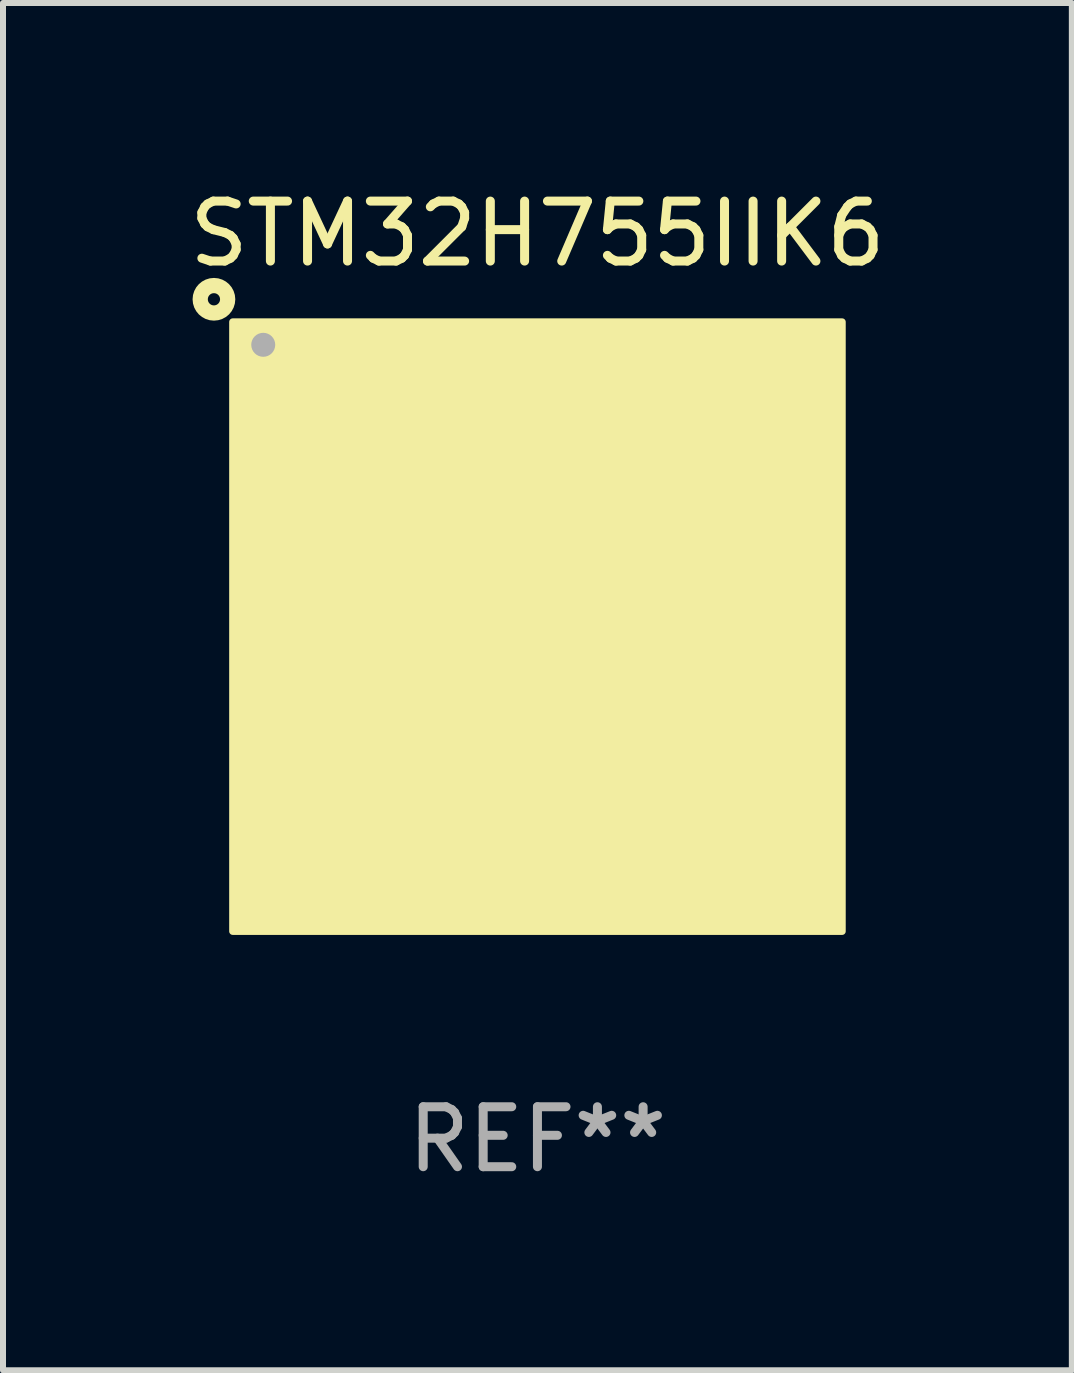
<source format=kicad_pcb>
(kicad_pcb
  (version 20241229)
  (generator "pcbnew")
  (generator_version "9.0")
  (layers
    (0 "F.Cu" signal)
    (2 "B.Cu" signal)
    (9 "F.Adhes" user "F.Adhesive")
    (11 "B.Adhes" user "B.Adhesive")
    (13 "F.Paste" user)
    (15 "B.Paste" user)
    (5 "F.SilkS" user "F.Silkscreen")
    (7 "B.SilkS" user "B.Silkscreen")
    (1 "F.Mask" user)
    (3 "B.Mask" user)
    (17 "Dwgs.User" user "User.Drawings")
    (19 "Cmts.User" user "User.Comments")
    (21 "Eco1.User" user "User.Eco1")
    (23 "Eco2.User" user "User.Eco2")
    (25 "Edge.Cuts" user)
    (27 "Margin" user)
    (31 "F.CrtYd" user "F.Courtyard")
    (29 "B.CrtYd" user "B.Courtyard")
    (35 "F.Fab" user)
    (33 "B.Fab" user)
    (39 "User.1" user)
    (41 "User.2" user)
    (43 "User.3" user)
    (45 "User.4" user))
  (footprint "STM32H755IIK6"
    (layer "F.Cu")
    (at 5.911 7.398)
    (property "Reference" "STM32H755IIK6" (at 0 -6.55 0) (layer "F.SilkS") (effects (font (size 1 1) (thickness 0.15))))
    (attr through_hole)
    (fp_circle (center -5.394 -5.458) (end -5.292 -5.458) (stroke (width 0.254) (type solid)) (fill no) (layer "F.SilkS"))
    (fp_circle (center -5 -5) (end -4.97 -5) (stroke (width 0.06) (type solid)) (fill no) (layer "F.SilkS"))
    (fp_poly (pts (xy -5.08 -5.08) (xy 5.08 -5.08) (xy 5.08 5.08) (xy -5.08 5.08)) (stroke (width 0.12) (type solid)) (fill yes) (layer "F.SilkS"))
    (fp_circle (center -4.572 -4.699) (end -4.472 -4.699) (stroke (width 0.2) (type solid)) (fill no) (layer "F.Fab"))
    (fp_text user "REF**" (at 0 8.55 0) (layer "F.Fab") (effects (font (size 1 1) (thickness 0.15))))
    (pad "A1" smd circle (at -4.55 -4.55) (size 0.3 0.3) (layers "F.Cu" "F.Mask" "F.Paste"))
    (pad "A2" smd circle (at -3.9 -4.55) (size 0.3 0.3) (layers "F.Cu" "F.Mask" "F.Paste"))
    (pad "A3" smd circle (at -3.25 -4.55) (size 0.3 0.3) (layers "F.Cu" "F.Mask" "F.Paste"))
    (pad "A4" smd circle (at -2.6 -4.55) (size 0.3 0.3) (layers "F.Cu" "F.Mask" "F.Paste"))
    (pad "A5" smd circle (at -1.95 -4.55) (size 0.3 0.3) (layers "F.Cu" "F.Mask" "F.Paste"))
    (pad "A6" smd circle (at -1.3 -4.55) (size 0.3 0.3) (layers "F.Cu" "F.Mask" "F.Paste"))
    (pad "A7" smd circle (at -0.65 -4.55) (size 0.3 0.3) (layers "F.Cu" "F.Mask" "F.Paste"))
    (pad "A8" smd circle (at -0.000127 -4.55) (size 0.3 0.3) (layers "F.Cu" "F.Mask" "F.Paste"))
    (pad "A9" smd circle (at 0.65 -4.55) (size 0.3 0.3) (layers "F.Cu" "F.Mask" "F.Paste"))
    (pad "A10" smd circle (at 1.3 -4.55) (size 0.3 0.3) (layers "F.Cu" "F.Mask" "F.Paste"))
    (pad "A11" smd circle (at 1.95 -4.55) (size 0.3 0.3) (layers "F.Cu" "F.Mask" "F.Paste"))
    (pad "A12" smd circle (at 2.6 -4.55) (size 0.3 0.3) (layers "F.Cu" "F.Mask" "F.Paste"))
    (pad "A13" smd circle (at 3.25 -4.55) (size 0.3 0.3) (layers "F.Cu" "F.Mask" "F.Paste"))
    (pad "A14" smd circle (at 3.9 -4.55) (size 0.3 0.3) (layers "F.Cu" "F.Mask" "F.Paste"))
    (pad "A15" smd circle (at 4.55 -4.55) (size 0.3 0.3) (layers "F.Cu" "F.Mask" "F.Paste"))
    (pad "B1" smd circle (at -4.55 -3.9) (size 0.3 0.3) (layers "F.Cu" "F.Mask" "F.Paste"))
    (pad "B2" smd circle (at -3.9 -3.9) (size 0.3 0.3) (layers "F.Cu" "F.Mask" "F.Paste"))
    (pad "B3" smd circle (at -3.25 -3.9) (size 0.3 0.3) (layers "F.Cu" "F.Mask" "F.Paste"))
    (pad "B4" smd circle (at -2.6 -3.9) (size 0.3 0.3) (layers "F.Cu" "F.Mask" "F.Paste"))
    (pad "B5" smd circle (at -1.95 -3.9) (size 0.3 0.3) (layers "F.Cu" "F.Mask" "F.Paste"))
    (pad "B6" smd circle (at -1.3 -3.9) (size 0.3 0.3) (layers "F.Cu" "F.Mask" "F.Paste"))
    (pad "B7" smd circle (at -0.65 -3.9) (size 0.3 0.3) (layers "F.Cu" "F.Mask" "F.Paste"))
    (pad "B8" smd circle (at 0.000127 -3.9) (size 0.3 0.3) (layers "F.Cu" "F.Mask" "F.Paste"))
    (pad "B9" smd circle (at 0.65 -3.9) (size 0.3 0.3) (layers "F.Cu" "F.Mask" "F.Paste"))
    (pad "B10" smd circle (at 1.3 -3.9) (size 0.3 0.3) (layers "F.Cu" "F.Mask" "F.Paste"))
    (pad "B11" smd circle (at 1.95 -3.9) (size 0.3 0.3) (layers "F.Cu" "F.Mask" "F.Paste"))
    (pad "B12" smd circle (at 2.6 -3.9) (size 0.3 0.3) (layers "F.Cu" "F.Mask" "F.Paste"))
    (pad "B13" smd circle (at 3.25 -3.9) (size 0.3 0.3) (layers "F.Cu" "F.Mask" "F.Paste"))
    (pad "B14" smd circle (at 3.9 -3.9) (size 0.3 0.3) (layers "F.Cu" "F.Mask" "F.Paste"))
    (pad "B15" smd circle (at 4.55 -3.9) (size 0.3 0.3) (layers "F.Cu" "F.Mask" "F.Paste"))
    (pad "C1" smd circle (at -4.55 -3.25) (size 0.3 0.3) (layers "F.Cu" "F.Mask" "F.Paste"))
    (pad "C2" smd circle (at -3.9 -3.25) (size 0.3 0.3) (layers "F.Cu" "F.Mask" "F.Paste"))
    (pad "C3" smd circle (at -3.25 -3.25) (size 0.3 0.3) (layers "F.Cu" "F.Mask" "F.Paste"))
    (pad "C4" smd circle (at -2.6 -3.25) (size 0.3 0.3) (layers "F.Cu" "F.Mask" "F.Paste"))
    (pad "C5" smd circle (at -1.95 -3.25) (size 0.3 0.3) (layers "F.Cu" "F.Mask" "F.Paste"))
    (pad "C6" smd circle (at -1.3 -3.25) (size 0.3 0.3) (layers "F.Cu" "F.Mask" "F.Paste"))
    (pad "C7" smd circle (at -0.65 -3.25) (size 0.3 0.3) (layers "F.Cu" "F.Mask" "F.Paste"))
    (pad "C8" smd circle (at 0.000127 -3.25) (size 0.3 0.3) (layers "F.Cu" "F.Mask" "F.Paste"))
    (pad "C9" smd circle (at 0.65 -3.25) (size 0.3 0.3) (layers "F.Cu" "F.Mask" "F.Paste"))
    (pad "C10" smd circle (at 1.3 -3.25) (size 0.3 0.3) (layers "F.Cu" "F.Mask" "F.Paste"))
    (pad "C11" smd circle (at 1.95 -3.25) (size 0.3 0.3) (layers "F.Cu" "F.Mask" "F.Paste"))
    (pad "C12" smd circle (at 2.6 -3.25) (size 0.3 0.3) (layers "F.Cu" "F.Mask" "F.Paste"))
    (pad "C13" smd circle (at 3.25 -3.25) (size 0.3 0.3) (layers "F.Cu" "F.Mask" "F.Paste"))
    (pad "C14" smd circle (at 3.9 -3.25) (size 0.3 0.3) (layers "F.Cu" "F.Mask" "F.Paste"))
    (pad "C15" smd circle (at 4.55 -3.25) (size 0.3 0.3) (layers "F.Cu" "F.Mask" "F.Paste"))
    (pad "D1" smd circle (at -4.55 -2.6) (size 0.3 0.3) (layers "F.Cu" "F.Mask" "F.Paste"))
    (pad "D2" smd circle (at -3.9 -2.6) (size 0.3 0.3) (layers "F.Cu" "F.Mask" "F.Paste"))
    (pad "D3" smd circle (at -3.25 -2.6) (size 0.3 0.3) (layers "F.Cu" "F.Mask" "F.Paste"))
    (pad "D4" smd circle (at -2.6 -2.6) (size 0.3 0.3) (layers "F.Cu" "F.Mask" "F.Paste"))
    (pad "D5" smd circle (at -1.95 -2.6) (size 0.3 0.3) (layers "F.Cu" "F.Mask" "F.Paste"))
    (pad "D6" smd circle (at -1.3 -2.6) (size 0.3 0.3) (layers "F.Cu" "F.Mask" "F.Paste"))
    (pad "D7" smd circle (at -0.65 -2.6) (size 0.3 0.3) (layers "F.Cu" "F.Mask" "F.Paste"))
    (pad "D8" smd circle (at -0.000127 -2.6) (size 0.3 0.3) (layers "F.Cu" "F.Mask" "F.Paste"))
    (pad "D9" smd circle (at 0.65 -2.6) (size 0.3 0.3) (layers "F.Cu" "F.Mask" "F.Paste"))
    (pad "D10" smd circle (at 1.3 -2.6) (size 0.3 0.3) (layers "F.Cu" "F.Mask" "F.Paste"))
    (pad "D11" smd circle (at 1.95 -2.6) (size 0.3 0.3) (layers "F.Cu" "F.Mask" "F.Paste"))
    (pad "D12" smd circle (at 2.6 -2.6) (size 0.3 0.3) (layers "F.Cu" "F.Mask" "F.Paste"))
    (pad "D13" smd circle (at 3.25 -2.6) (size 0.3 0.3) (layers "F.Cu" "F.Mask" "F.Paste"))
    (pad "D14" smd circle (at 3.9 -2.6) (size 0.3 0.3) (layers "F.Cu" "F.Mask" "F.Paste"))
    (pad "D15" smd circle (at 4.55 -2.6) (size 0.3 0.3) (layers "F.Cu" "F.Mask" "F.Paste"))
    (pad "E1" smd circle (at -4.55 -1.95) (size 0.3 0.3) (layers "F.Cu" "F.Mask" "F.Paste"))
    (pad "E2" smd circle (at -3.9 -1.95) (size 0.3 0.3) (layers "F.Cu" "F.Mask" "F.Paste"))
    (pad "E3" smd circle (at -3.25 -1.95) (size 0.3 0.3) (layers "F.Cu" "F.Mask" "F.Paste"))
    (pad "E4" smd circle (at -2.6 -1.95) (size 0.3 0.3) (layers "F.Cu" "F.Mask" "F.Paste"))
    (pad "E12" smd circle (at 2.6 -1.95) (size 0.3 0.3) (layers "F.Cu" "F.Mask" "F.Paste"))
    (pad "E13" smd circle (at 3.25 -1.95) (size 0.3 0.3) (layers "F.Cu" "F.Mask" "F.Paste"))
    (pad "E14" smd circle (at 3.9 -1.95) (size 0.3 0.3) (layers "F.Cu" "F.Mask" "F.Paste"))
    (pad "E15" smd circle (at 4.55 -1.95) (size 0.3 0.3) (layers "F.Cu" "F.Mask" "F.Paste"))
    (pad "F1" smd circle (at -4.55 -1.3) (size 0.3 0.3) (layers "F.Cu" "F.Mask" "F.Paste"))
    (pad "F2" smd circle (at -3.9 -1.3) (size 0.3 0.3) (layers "F.Cu" "F.Mask" "F.Paste"))
    (pad "F3" smd circle (at -3.25 -1.3) (size 0.3 0.3) (layers "F.Cu" "F.Mask" "F.Paste"))
    (pad "F4" smd circle (at -2.6 -1.3) (size 0.3 0.3) (layers "F.Cu" "F.Mask" "F.Paste"))
    (pad "F6" smd circle (at -1.3 -1.3) (size 0.3 0.3) (layers "F.Cu" "F.Mask" "F.Paste"))
    (pad "F7" smd circle (at -0.65 -1.3) (size 0.3 0.3) (layers "F.Cu" "F.Mask" "F.Paste"))
    (pad "F8" smd circle (at 0.000127 -1.3) (size 0.3 0.3) (layers "F.Cu" "F.Mask" "F.Paste"))
    (pad "F9" smd circle (at 0.65 -1.3) (size 0.3 0.3) (layers "F.Cu" "F.Mask" "F.Paste"))
    (pad "F10" smd circle (at 1.3 -1.3) (size 0.3 0.3) (layers "F.Cu" "F.Mask" "F.Paste"))
    (pad "F12" smd circle (at 2.6 -1.3) (size 0.3 0.3) (layers "F.Cu" "F.Mask" "F.Paste"))
    (pad "F13" smd circle (at 3.25 -1.3) (size 0.3 0.3) (layers "F.Cu" "F.Mask" "F.Paste"))
    (pad "F14" smd circle (at 3.9 -1.3) (size 0.3 0.3) (layers "F.Cu" "F.Mask" "F.Paste"))
    (pad "F15" smd circle (at 4.55 -1.3) (size 0.3 0.3) (layers "F.Cu" "F.Mask" "F.Paste"))
    (pad "G1" smd circle (at -4.55 -0.65) (size 0.3 0.3) (layers "F.Cu" "F.Mask" "F.Paste"))
    (pad "G2" smd circle (at -3.9 -0.65) (size 0.3 0.3) (layers "F.Cu" "F.Mask" "F.Paste"))
    (pad "G3" smd circle (at -3.25 -0.65) (size 0.3 0.3) (layers "F.Cu" "F.Mask" "F.Paste"))
    (pad "G4" smd circle (at -2.6 -0.65) (size 0.3 0.3) (layers "F.Cu" "F.Mask" "F.Paste"))
    (pad "G6" smd circle (at -1.3 -0.65) (size 0.3 0.3) (layers "F.Cu" "F.Mask" "F.Paste"))
    (pad "G7" smd circle (at -0.65 -0.65) (size 0.3 0.3) (layers "F.Cu" "F.Mask" "F.Paste"))
    (pad "G8" smd circle (at -0.000127 -0.65) (size 0.3 0.3) (layers "F.Cu" "F.Mask" "F.Paste"))
    (pad "G9" smd circle (at 0.65 -0.65) (size 0.3 0.3) (layers "F.Cu" "F.Mask" "F.Paste"))
    (pad "G10" smd circle (at 1.3 -0.65) (size 0.3 0.3) (layers "F.Cu" "F.Mask" "F.Paste"))
    (pad "G12" smd circle (at 2.6 -0.65) (size 0.3 0.3) (layers "F.Cu" "F.Mask" "F.Paste"))
    (pad "G13" smd circle (at 3.25 -0.65) (size 0.3 0.3) (layers "F.Cu" "F.Mask" "F.Paste"))
    (pad "G14" smd circle (at 3.9 -0.65) (size 0.3 0.3) (layers "F.Cu" "F.Mask" "F.Paste"))
    (pad "G15" smd circle (at 4.55 -0.65) (size 0.3 0.3) (layers "F.Cu" "F.Mask" "F.Paste"))
    (pad "H1" smd circle (at -4.55 -0.000127) (size 0.3 0.3) (layers "F.Cu" "F.Mask" "F.Paste"))
    (pad "H2" smd circle (at -3.9 -0.000127) (size 0.3 0.3) (layers "F.Cu" "F.Mask" "F.Paste"))
    (pad "H3" smd circle (at -3.25 -0.000127) (size 0.3 0.3) (layers "F.Cu" "F.Mask" "F.Paste"))
    (pad "H4" smd circle (at -2.6 -0.000127) (size 0.3 0.3) (layers "F.Cu" "F.Mask" "F.Paste"))
    (pad "H6" smd circle (at -1.3 -0.000127) (size 0.3 0.3) (layers "F.Cu" "F.Mask" "F.Paste"))
    (pad "H7" smd circle (at -0.65 -0.000127) (size 0.3 0.3) (layers "F.Cu" "F.Mask" "F.Paste"))
    (pad "H8" smd circle (at -0.000127 -0.000127) (size 0.3 0.3) (layers "F.Cu" "F.Mask" "F.Paste"))
    (pad "H9" smd circle (at 0.65 -0.000127) (size 0.3 0.3) (layers "F.Cu" "F.Mask" "F.Paste"))
    (pad "H10" smd circle (at 1.3 -0.000127) (size 0.3 0.3) (layers "F.Cu" "F.Mask" "F.Paste"))
    (pad "H12" smd circle (at 2.6 -0.000127) (size 0.3 0.3) (layers "F.Cu" "F.Mask" "F.Paste"))
    (pad "H13" smd circle (at 3.25 -0.000127) (size 0.3 0.3) (layers "F.Cu" "F.Mask" "F.Paste"))
    (pad "H14" smd circle (at 3.9 -0.000127) (size 0.3 0.3) (layers "F.Cu" "F.Mask" "F.Paste"))
    (pad "H15" smd circle (at 4.55 -0.000127) (size 0.3 0.3) (layers "F.Cu" "F.Mask" "F.Paste"))
    (pad "J1" smd circle (at -4.55 0.65) (size 0.3 0.3) (layers "F.Cu" "F.Mask" "F.Paste"))
    (pad "J2" smd circle (at -3.9 0.65) (size 0.3 0.3) (layers "F.Cu" "F.Mask" "F.Paste"))
    (pad "J3" smd circle (at -3.25 0.65) (size 0.3 0.3) (layers "F.Cu" "F.Mask" "F.Paste"))
    (pad "J4" smd circle (at -2.6 0.65) (size 0.3 0.3) (layers "F.Cu" "F.Mask" "F.Paste"))
    (pad "J6" smd circle (at -1.3 0.65) (size 0.3 0.3) (layers "F.Cu" "F.Mask" "F.Paste"))
    (pad "J7" smd circle (at -0.65 0.65) (size 0.3 0.3) (layers "F.Cu" "F.Mask" "F.Paste"))
    (pad "J8" smd circle (at -0.000127 0.65) (size 0.3 0.3) (layers "F.Cu" "F.Mask" "F.Paste"))
    (pad "J9" smd circle (at 0.65 0.65) (size 0.3 0.3) (layers "F.Cu" "F.Mask" "F.Paste"))
    (pad "J10" smd circle (at 1.3 0.65) (size 0.3 0.3) (layers "F.Cu" "F.Mask" "F.Paste"))
    (pad "J12" smd circle (at 2.6 0.65) (size 0.3 0.3) (layers "F.Cu" "F.Mask" "F.Paste"))
    (pad "J13" smd circle (at 3.25 0.65) (size 0.3 0.3) (layers "F.Cu" "F.Mask" "F.Paste"))
    (pad "J14" smd circle (at 3.9 0.65) (size 0.3 0.3) (layers "F.Cu" "F.Mask" "F.Paste"))
    (pad "J15" smd circle (at 4.55 0.65) (size 0.3 0.3) (layers "F.Cu" "F.Mask" "F.Paste"))
    (pad "K1" smd circle (at -4.55 1.3) (size 0.3 0.3) (layers "F.Cu" "F.Mask" "F.Paste"))
    (pad "K2" smd circle (at -3.9 1.3) (size 0.3 0.3) (layers "F.Cu" "F.Mask" "F.Paste"))
    (pad "K3" smd circle (at -3.25 1.3) (size 0.3 0.3) (layers "F.Cu" "F.Mask" "F.Paste"))
    (pad "K4" smd circle (at -2.6 1.3) (size 0.3 0.3) (layers "F.Cu" "F.Mask" "F.Paste"))
    (pad "K6" smd circle (at -1.3 1.3) (size 0.3 0.3) (layers "F.Cu" "F.Mask" "F.Paste"))
    (pad "K7" smd circle (at -0.65 1.3) (size 0.3 0.3) (layers "F.Cu" "F.Mask" "F.Paste"))
    (pad "K8" smd circle (at 0.000127 1.3) (size 0.3 0.3) (layers "F.Cu" "F.Mask" "F.Paste"))
    (pad "K9" smd circle (at 0.65 1.3) (size 0.3 0.3) (layers "F.Cu" "F.Mask" "F.Paste"))
    (pad "K10" smd circle (at 1.3 1.3) (size 0.3 0.3) (layers "F.Cu" "F.Mask" "F.Paste"))
    (pad "K12" smd circle (at 2.6 1.3) (size 0.3 0.3) (layers "F.Cu" "F.Mask" "F.Paste"))
    (pad "K13" smd circle (at 3.25 1.3) (size 0.3 0.3) (layers "F.Cu" "F.Mask" "F.Paste"))
    (pad "K14" smd circle (at 3.9 1.3) (size 0.3 0.3) (layers "F.Cu" "F.Mask" "F.Paste"))
    (pad "K15" smd circle (at 4.55 1.3) (size 0.3 0.3) (layers "F.Cu" "F.Mask" "F.Paste"))
    (pad "L1" smd circle (at -4.55 1.95) (size 0.3 0.3) (layers "F.Cu" "F.Mask" "F.Paste"))
    (pad "L2" smd circle (at -3.9 1.95) (size 0.3 0.3) (layers "F.Cu" "F.Mask" "F.Paste"))
    (pad "L3" smd circle (at -3.25 1.95) (size 0.3 0.3) (layers "F.Cu" "F.Mask" "F.Paste"))
    (pad "L4" smd circle (at -2.6 1.95) (size 0.3 0.3) (layers "F.Cu" "F.Mask" "F.Paste"))
    (pad "L12" smd circle (at 2.6 1.95) (size 0.3 0.3) (layers "F.Cu" "F.Mask" "F.Paste"))
    (pad "L13" smd circle (at 3.25 1.95) (size 0.3 0.3) (layers "F.Cu" "F.Mask" "F.Paste"))
    (pad "L14" smd circle (at 3.9 1.95) (size 0.3 0.3) (layers "F.Cu" "F.Mask" "F.Paste"))
    (pad "L15" smd circle (at 4.55 1.95) (size 0.3 0.3) (layers "F.Cu" "F.Mask" "F.Paste"))
    (pad "M1" smd circle (at -4.55 2.6) (size 0.3 0.3) (layers "F.Cu" "F.Mask" "F.Paste"))
    (pad "M2" smd circle (at -3.9 2.6) (size 0.3 0.3) (layers "F.Cu" "F.Mask" "F.Paste"))
    (pad "M3" smd circle (at -3.25 2.6) (size 0.3 0.3) (layers "F.Cu" "F.Mask" "F.Paste"))
    (pad "M4" smd circle (at -2.6 2.6) (size 0.3 0.3) (layers "F.Cu" "F.Mask" "F.Paste"))
    (pad "M5" smd circle (at -1.95 2.6) (size 0.3 0.3) (layers "F.Cu" "F.Mask" "F.Paste"))
    (pad "M6" smd circle (at -1.3 2.6) (size 0.3 0.3) (layers "F.Cu" "F.Mask" "F.Paste"))
    (pad "M7" smd circle (at -0.65 2.6) (size 0.3 0.3) (layers "F.Cu" "F.Mask" "F.Paste"))
    (pad "M8" smd circle (at -0.000127 2.6) (size 0.3 0.3) (layers "F.Cu" "F.Mask" "F.Paste"))
    (pad "M9" smd circle (at 0.65 2.6) (size 0.3 0.3) (layers "F.Cu" "F.Mask" "F.Paste"))
    (pad "M10" smd circle (at 1.3 2.6) (size 0.3 0.3) (layers "F.Cu" "F.Mask" "F.Paste"))
    (pad "M11" smd circle (at 1.95 2.6) (size 0.3 0.3) (layers "F.Cu" "F.Mask" "F.Paste"))
    (pad "M12" smd circle (at 2.6 2.6) (size 0.3 0.3) (layers "F.Cu" "F.Mask" "F.Paste"))
    (pad "M13" smd circle (at 3.25 2.6) (size 0.3 0.3) (layers "F.Cu" "F.Mask" "F.Paste"))
    (pad "M14" smd circle (at 3.9 2.6) (size 0.3 0.3) (layers "F.Cu" "F.Mask" "F.Paste"))
    (pad "M15" smd circle (at 4.55 2.6) (size 0.3 0.3) (layers "F.Cu" "F.Mask" "F.Paste"))
    (pad "N1" smd circle (at -4.55 3.25) (size 0.3 0.3) (layers "F.Cu" "F.Mask" "F.Paste"))
    (pad "N2" smd circle (at -3.9 3.25) (size 0.3 0.3) (layers "F.Cu" "F.Mask" "F.Paste"))
    (pad "N3" smd circle (at -3.25 3.25) (size 0.3 0.3) (layers "F.Cu" "F.Mask" "F.Paste"))
    (pad "N4" smd circle (at -2.6 3.25) (size 0.3 0.3) (layers "F.Cu" "F.Mask" "F.Paste"))
    (pad "N5" smd circle (at -1.95 3.25) (size 0.3 0.3) (layers "F.Cu" "F.Mask" "F.Paste"))
    (pad "N6" smd circle (at -1.3 3.25) (size 0.3 0.3) (layers "F.Cu" "F.Mask" "F.Paste"))
    (pad "N7" smd circle (at -0.65 3.25) (size 0.3 0.3) (layers "F.Cu" "F.Mask" "F.Paste"))
    (pad "N8" smd circle (at -0.000127 3.25) (size 0.3 0.3) (layers "F.Cu" "F.Mask" "F.Paste"))
    (pad "N9" smd circle (at 0.65 3.25) (size 0.3 0.3) (layers "F.Cu" "F.Mask" "F.Paste"))
    (pad "N10" smd circle (at 1.3 3.25) (size 0.3 0.3) (layers "F.Cu" "F.Mask" "F.Paste"))
    (pad "N11" smd circle (at 1.95 3.25) (size 0.3 0.3) (layers "F.Cu" "F.Mask" "F.Paste"))
    (pad "N12" smd circle (at 2.6 3.25) (size 0.3 0.3) (layers "F.Cu" "F.Mask" "F.Paste"))
    (pad "N13" smd circle (at 3.25 3.25) (size 0.3 0.3) (layers "F.Cu" "F.Mask" "F.Paste"))
    (pad "N14" smd circle (at 3.9 3.25) (size 0.3 0.3) (layers "F.Cu" "F.Mask" "F.Paste"))
    (pad "N15" smd circle (at 4.55 3.25) (size 0.3 0.3) (layers "F.Cu" "F.Mask" "F.Paste"))
    (pad "P1" smd circle (at -4.55 3.9) (size 0.3 0.3) (layers "F.Cu" "F.Mask" "F.Paste"))
    (pad "P2" smd circle (at -3.9 3.9) (size 0.3 0.3) (layers "F.Cu" "F.Mask" "F.Paste"))
    (pad "P3" smd circle (at -3.25 3.9) (size 0.3 0.3) (layers "F.Cu" "F.Mask" "F.Paste"))
    (pad "P4" smd circle (at -2.6 3.9) (size 0.3 0.3) (layers "F.Cu" "F.Mask" "F.Paste"))
    (pad "P5" smd circle (at -1.95 3.9) (size 0.3 0.3) (layers "F.Cu" "F.Mask" "F.Paste"))
    (pad "P6" smd circle (at -1.3 3.9) (size 0.3 0.3) (layers "F.Cu" "F.Mask" "F.Paste"))
    (pad "P7" smd circle (at -0.65 3.9) (size 0.3 0.3) (layers "F.Cu" "F.Mask" "F.Paste"))
    (pad "P8" smd circle (at 0.000127 3.9) (size 0.3 0.3) (layers "F.Cu" "F.Mask" "F.Paste"))
    (pad "P9" smd circle (at 0.65 3.9) (size 0.3 0.3) (layers "F.Cu" "F.Mask" "F.Paste"))
    (pad "P10" smd circle (at 1.3 3.9) (size 0.3 0.3) (layers "F.Cu" "F.Mask" "F.Paste"))
    (pad "P11" smd circle (at 1.95 3.9) (size 0.3 0.3) (layers "F.Cu" "F.Mask" "F.Paste"))
    (pad "P12" smd circle (at 2.6 3.9) (size 0.3 0.3) (layers "F.Cu" "F.Mask" "F.Paste"))
    (pad "P13" smd circle (at 3.25 3.9) (size 0.3 0.3) (layers "F.Cu" "F.Mask" "F.Paste"))
    (pad "P14" smd circle (at 3.9 3.9) (size 0.3 0.3) (layers "F.Cu" "F.Mask" "F.Paste"))
    (pad "P15" smd circle (at 4.55 3.9) (size 0.3 0.3) (layers "F.Cu" "F.Mask" "F.Paste"))
    (pad "R1" smd circle (at -4.55 4.55) (size 0.3 0.3) (layers "F.Cu" "F.Mask" "F.Paste"))
    (pad "R2" smd circle (at -3.9 4.55) (size 0.3 0.3) (layers "F.Cu" "F.Mask" "F.Paste"))
    (pad "R3" smd circle (at -3.25 4.55) (size 0.3 0.3) (layers "F.Cu" "F.Mask" "F.Paste"))
    (pad "R4" smd circle (at -2.6 4.55) (size 0.3 0.3) (layers "F.Cu" "F.Mask" "F.Paste"))
    (pad "R5" smd circle (at -1.95 4.55) (size 0.3 0.3) (layers "F.Cu" "F.Mask" "F.Paste"))
    (pad "R6" smd circle (at -1.3 4.55) (size 0.3 0.3) (layers "F.Cu" "F.Mask" "F.Paste"))
    (pad "R7" smd circle (at -0.65 4.55) (size 0.3 0.3) (layers "F.Cu" "F.Mask" "F.Paste"))
    (pad "R8" smd circle (at -0.000127 4.55) (size 0.3 0.3) (layers "F.Cu" "F.Mask" "F.Paste"))
    (pad "R9" smd circle (at 0.65 4.55) (size 0.3 0.3) (layers "F.Cu" "F.Mask" "F.Paste"))
    (pad "R10" smd circle (at 1.3 4.55) (size 0.3 0.3) (layers "F.Cu" "F.Mask" "F.Paste"))
    (pad "R11" smd circle (at 1.95 4.55) (size 0.3 0.3) (layers "F.Cu" "F.Mask" "F.Paste"))
    (pad "R12" smd circle (at 2.6 4.55) (size 0.3 0.3) (layers "F.Cu" "F.Mask" "F.Paste"))
    (pad "R13" smd circle (at 3.25 4.55) (size 0.3 0.3) (layers "F.Cu" "F.Mask" "F.Paste"))
    (pad "R14" smd circle (at 3.9 4.55) (size 0.3 0.3) (layers "F.Cu" "F.Mask" "F.Paste"))
    (pad "R15" smd circle (at 4.55 4.55) (size 0.3 0.3) (layers "F.Cu" "F.Mask" "F.Paste")))
  (gr_rect
    (start -3 -3)
    (end 14.821 19.797)
    (stroke (width 0.1) (type default))
    (fill no)
    (layer "Edge.Cuts")))
</source>
